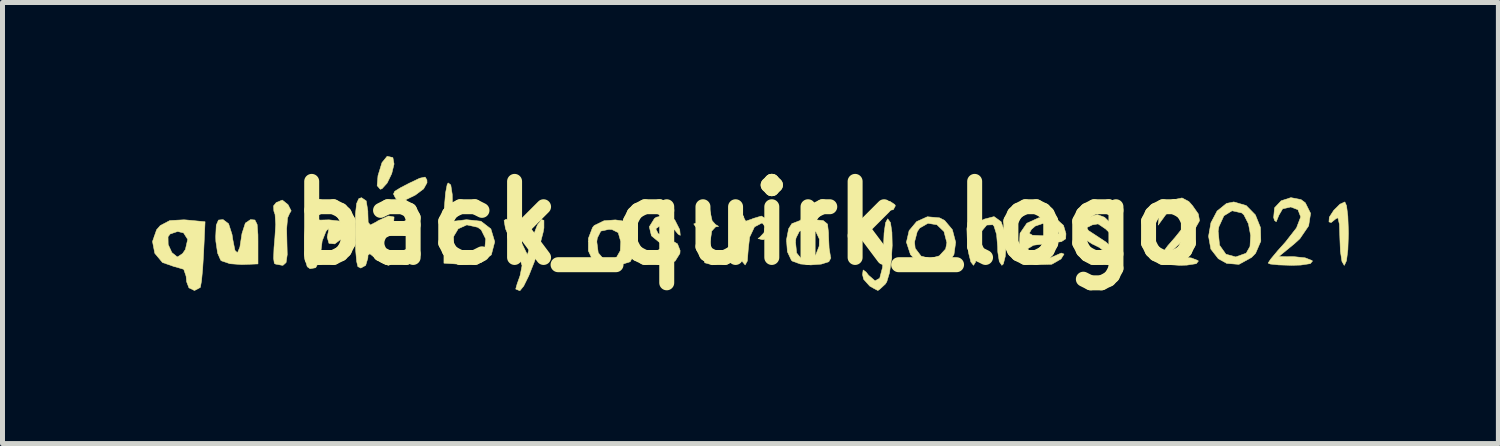
<source format=kicad_pcb>
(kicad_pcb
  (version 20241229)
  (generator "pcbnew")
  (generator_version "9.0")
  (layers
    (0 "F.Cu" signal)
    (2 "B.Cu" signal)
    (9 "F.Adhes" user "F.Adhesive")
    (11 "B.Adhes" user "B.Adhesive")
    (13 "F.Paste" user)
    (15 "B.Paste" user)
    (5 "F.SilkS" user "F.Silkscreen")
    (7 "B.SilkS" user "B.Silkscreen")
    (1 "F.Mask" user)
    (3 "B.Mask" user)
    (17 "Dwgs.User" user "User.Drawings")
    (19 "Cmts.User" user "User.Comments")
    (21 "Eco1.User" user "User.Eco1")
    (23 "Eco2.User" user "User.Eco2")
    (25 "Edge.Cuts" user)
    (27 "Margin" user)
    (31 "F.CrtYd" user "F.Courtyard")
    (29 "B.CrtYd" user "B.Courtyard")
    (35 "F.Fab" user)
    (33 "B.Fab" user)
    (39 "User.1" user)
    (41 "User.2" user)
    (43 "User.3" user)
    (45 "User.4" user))
  (footprint "back_quirk_logo"
    (layer "F.Cu")
    (at 11.939 1.418)
    (property "Reference" "back_quirk_logo" (at 0 0 0) (layer "F.SilkS") (effects (font (size 1.524 1.524) (thickness 0.3))))
    (attr through_hole)
    (fp_poly (pts (xy 2.936 -0.37) (xy 2.947 -0.345) (xy 2.906 -0.268) (xy 2.836 -0.254) (xy 2.731 -0.297) (xy 2.726 -0.345) (xy 2.813 -0.432) (xy 2.836 -0.436) (xy 2.936 -0.37)) (stroke (width 0.01) (type solid)) (fill yes) (layer "F.SilkS"))
    (fp_poly (pts (xy -7.123 -1.313) (xy -7.118 -1.308) (xy -7.095 -1.182) (xy -7.142 -0.99) (xy -7.233 -0.802) (xy -7.337 -0.687) (xy -7.372 -0.677) (xy -7.434 -0.749) (xy -7.417 -0.95) (xy -7.337 -1.21) (xy -7.234 -1.337) (xy -7.123 -1.313)) (stroke (width 0.01) (type solid)) (fill yes) (layer "F.SilkS"))
    (fp_poly (pts (xy -6.437 -0.864) (xy -6.435 -0.807) (xy -6.503 -0.685) (xy -6.67 -0.56) (xy -6.684 -0.553) (xy -6.885 -0.455) (xy -6.99 -0.433) (xy -7.052 -0.481) (xy -7.073 -0.514) (xy -7.107 -0.582) (xy -7.081 -0.637) (xy -6.959 -0.711) (xy -6.799 -0.794) (xy -6.581 -0.898) (xy -6.473 -0.921) (xy -6.437 -0.864)) (stroke (width 0.01) (type solid)) (fill yes) (layer "F.SilkS"))
    (fp_poly (pts (xy 11.985 -0.346) (xy 12.011 -0.14) (xy 12.022 0.152) (xy 12.023 0.212) (xy 12.012 0.532) (xy 11.984 0.755) (xy 11.942 0.846) (xy 11.938 0.847) (xy 11.893 0.769) (xy 11.862 0.566) (xy 11.852 0.318) (xy 11.842 0.024) (xy 11.813 -0.105) (xy 11.772 -0.087) (xy 11.678 -0.01) (xy 11.633 -0.023) (xy 11.64 -0.117) (xy 11.729 -0.255) (xy 11.853 -0.378) (xy 11.951 -0.423) (xy 11.985 -0.346)) (stroke (width 0.01) (type solid)) (fill yes) (layer "F.SilkS"))
    (fp_poly (pts (xy -9.219 -0.368) (xy -9.156 -0.244) (xy -9.186 -0.198) (xy -9.228 -0.104) (xy -9.247 0.115) (xy -9.242 0.338) (xy -9.235 0.632) (xy -9.258 0.791) (xy -9.318 0.845) (xy -9.334 0.847) (xy -9.469 0.822) (xy -9.494 0.807) (xy -9.508 0.707) (xy -9.5 0.493) (xy -9.483 0.299) (xy -9.466 0.029) (xy -9.479 -0.172) (xy -9.503 -0.24) (xy -9.509 -0.344) (xy -9.455 -0.411) (xy -9.334 -0.46) (xy -9.219 -0.368)) (stroke (width 0.01) (type solid)) (fill yes) (layer "F.SilkS"))
    (fp_poly (pts (xy 2.849 -0.009) (xy 2.878 0.185) (xy 2.884 0.449) (xy 2.867 0.735) (xy 2.83 0.994) (xy 2.775 1.177) (xy 2.746 1.222) (xy 2.635 1.325) (xy 2.597 1.352) (xy 2.522 1.313) (xy 2.434 1.263) (xy 2.312 1.127) (xy 2.289 1.033) (xy 2.302 0.94) (xy 2.36 0.982) (xy 2.41 1.046) (xy 2.54 1.158) (xy 2.633 1.106) (xy 2.69 0.89) (xy 2.709 0.511) (xy 2.709 0.503) (xy 2.721 0.201) (xy 2.751 -0.008) (xy 2.794 -0.085) (xy 2.849 -0.009)) (stroke (width 0.01) (type solid)) (fill yes) (layer "F.SilkS"))
    (fp_poly (pts (xy -9.883 -0.061) (xy -9.838 0.028) (xy -9.822 0.234) (xy -9.821 0.361) (xy -9.821 0.819) (xy -10.144 0.832) (xy -10.381 0.815) (xy -10.55 0.758) (xy -10.568 0.744) (xy -10.63 0.602) (xy -10.665 0.366) (xy -10.668 0.273) (xy -10.657 0.042) (xy -10.612 -0.06) (xy -10.52 -0.069) (xy -10.41 0.014) (xy -10.341 0.228) (xy -10.324 0.339) (xy -10.282 0.549) (xy -10.232 0.596) (xy -10.184 0.484) (xy -10.143 0.22) (xy -10.142 0.212) (xy -10.074 0.001) (xy -9.97 -0.069) (xy -9.883 -0.061)) (stroke (width 0.01) (type solid)) (fill yes) (layer "F.SilkS"))
    (fp_poly (pts (xy -8.694 -0.109) (xy -8.687 -0.099) (xy -8.581 -0.059) (xy -8.398 -0.064) (xy -8.188 -0.04) (xy -8.077 0.078) (xy -8.096 0.246) (xy -8.137 0.307) (xy -8.284 0.418) (xy -8.399 0.407) (xy -8.435 0.284) (xy -8.424 0.233) (xy -8.399 0.112) (xy -8.438 0.14) (xy -8.46 0.169) (xy -8.535 0.358) (xy -8.55 0.48) (xy -8.583 0.742) (xy -8.665 0.895) (xy -8.778 0.915) (xy -8.834 0.875) (xy -8.869 0.762) (xy -8.887 0.552) (xy -8.888 0.298) (xy -8.873 0.057) (xy -8.844 -0.117) (xy -8.81 -0.169) (xy -8.694 -0.109)) (stroke (width 0.01) (type solid)) (fill yes) (layer "F.SilkS"))
    (fp_poly (pts (xy -4.756 0.01) (xy -4.636 0.203) (xy -4.599 0.275) (xy -4.424 0.635) (xy -4.315 0.275) (xy -4.225 0.042) (xy -4.144 -0.07) (xy -4.093 -0.054) (xy -4.093 0.1) (xy -4.11 0.191) (xy -4.186 0.478) (xy -4.287 0.781) (xy -4.397 1.057) (xy -4.498 1.262) (xy -4.572 1.353) (xy -4.578 1.355) (xy -4.655 1.324) (xy -4.657 1.318) (xy -4.63 1.22) (xy -4.571 1.055) (xy -4.531 0.854) (xy -4.595 0.652) (xy -4.646 0.562) (xy -4.772 0.327) (xy -4.861 0.117) (xy -4.864 0.106) (xy -4.891 -0.052) (xy -4.848 -0.079) (xy -4.756 0.01)) (stroke (width 0.01) (type solid)) (fill yes) (layer "F.SilkS"))
    (fp_poly (pts (xy 5.065 -0.027) (xy 5.149 0.21) (xy 5.165 0.426) (xy 5.149 0.667) (xy 5.11 0.819) (xy 5.08 0.847) (xy 5.029 0.771) (xy 4.999 0.58) (xy 4.995 0.471) (xy 4.975 0.229) (xy 4.924 0.064) (xy 4.898 0.034) (xy 4.778 0.04) (xy 4.667 0.172) (xy 4.591 0.386) (xy 4.572 0.567) (xy 4.554 0.781) (xy 4.512 0.847) (xy 4.459 0.779) (xy 4.412 0.592) (xy 4.389 0.382) (xy 4.38 0.114) (xy 4.401 -0.019) (xy 4.46 -0.05) (xy 4.487 -0.043) (xy 4.667 -0.05) (xy 4.737 -0.081) (xy 4.924 -0.129) (xy 5.065 -0.027)) (stroke (width 0.01) (type solid)) (fill yes) (layer "F.SilkS"))
    (fp_poly (pts (xy -0.782 -0.351) (xy -0.762 -0.219) (xy -0.723 -0.045) (xy -0.656 0.029) (xy -0.594 0.067) (xy -0.656 0.078) (xy -0.731 0.16) (xy -0.762 0.368) (xy -0.762 0.387) (xy -0.75 0.584) (xy -0.697 0.651) (xy -0.583 0.632) (xy -0.451 0.615) (xy -0.441 0.69) (xy -0.549 0.793) (xy -0.723 0.837) (xy -0.868 0.797) (xy -0.871 0.794) (xy -0.914 0.674) (xy -0.931 0.47) (xy -0.931 0.468) (xy -0.962 0.248) (xy -1.033 0.102) (xy -1.092 0.018) (xy -1.033 0) (xy -0.957 -0.072) (xy -0.931 -0.212) (xy -0.902 -0.371) (xy -0.847 -0.423) (xy -0.782 -0.351)) (stroke (width 0.01) (type solid)) (fill yes) (layer "F.SilkS"))
    (fp_poly (pts (xy -0.085 -0.099) (xy -0.05 -0.037) (xy 0.079 -0.082) (xy 0.095 -0.09) (xy 0.263 -0.14) (xy 0.402 -0.057) (xy 0.402 -0.057) (xy 0.485 0.107) (xy 0.447 0.258) (xy 0.307 0.332) (xy 0.278 0.332) (xy 0.196 0.31) (xy 0.233 0.283) (xy 0.316 0.193) (xy 0.337 0.072) (xy 0.283 0.001) (xy 0.271 0) (xy 0.125 0.077) (xy 0.028 0.282) (xy 0 0.525) (xy -0.018 0.76) (xy -0.062 0.839) (xy -0.118 0.773) (xy -0.17 0.571) (xy -0.193 0.402) (xy -0.204 0.136) (xy -0.186 -0.061) (xy -0.161 -0.123) (xy -0.094 -0.145) (xy -0.085 -0.099)) (stroke (width 0.01) (type solid)) (fill yes) (layer "F.SilkS"))
    (fp_poly (pts (xy 3.833 -0.104) (xy 3.934 -0.052) (xy 4.089 0.133) (xy 4.155 0.385) (xy 4.121 0.63) (xy 4.047 0.745) (xy 3.842 0.845) (xy 3.586 0.838) (xy 3.351 0.736) (xy 3.25 0.632) (xy 3.169 0.385) (xy 3.17 0.379) (xy 3.331 0.379) (xy 3.344 0.506) (xy 3.462 0.662) (xy 3.642 0.709) (xy 3.826 0.658) (xy 3.954 0.519) (xy 3.979 0.395) (xy 3.921 0.17) (xy 3.779 0.034) (xy 3.6 0.005) (xy 3.434 0.1) (xy 3.385 0.173) (xy 3.331 0.379) (xy 3.17 0.379) (xy 3.222 0.153) (xy 3.373 -0.029) (xy 3.588 -0.126) (xy 3.833 -0.104)) (stroke (width 0.01) (type solid)) (fill yes) (layer "F.SilkS"))
    (fp_poly (pts (xy 9.976 -0.35) (xy 10.159 -0.163) (xy 10.261 0.09) (xy 10.268 0.363) (xy 10.163 0.606) (xy 10.083 0.688) (xy 9.829 0.828) (xy 9.584 0.808) (xy 9.417 0.715) (xy 9.267 0.522) (xy 9.221 0.266) (xy 9.239 0.162) (xy 9.413 0.162) (xy 9.441 0.444) (xy 9.568 0.624) (xy 9.765 0.679) (xy 9.975 0.604) (xy 10.051 0.469) (xy 10.064 0.249) (xy 10.02 0.015) (xy 9.929 -0.164) (xy 9.885 -0.203) (xy 9.692 -0.246) (xy 9.528 -0.145) (xy 9.427 0.076) (xy 9.413 0.162) (xy 9.239 0.162) (xy 9.268 -0.005) (xy 9.392 -0.241) (xy 9.581 -0.393) (xy 9.727 -0.423) (xy 9.976 -0.35)) (stroke (width 0.01) (type solid)) (fill yes) (layer "F.SilkS"))
    (fp_poly (pts (xy 11.073 -0.47) (xy 11.159 -0.406) (xy 11.265 -0.194) (xy 11.226 0.056) (xy 11.049 0.315) (xy 10.943 0.412) (xy 10.626 0.672) (xy 10.938 0.674) (xy 11.156 0.697) (xy 11.292 0.75) (xy 11.303 0.762) (xy 11.259 0.813) (xy 11.067 0.842) (xy 10.885 0.847) (xy 10.628 0.839) (xy 10.457 0.821) (xy 10.414 0.802) (xy 10.467 0.722) (xy 10.604 0.557) (xy 10.76 0.383) (xy 10.983 0.097) (xy 11.067 -0.123) (xy 11.012 -0.267) (xy 10.869 -0.322) (xy 10.704 -0.284) (xy 10.628 -0.153) (xy 10.577 -0.026) (xy 10.542 -0.053) (xy 10.525 -0.11) (xy 10.543 -0.305) (xy 10.675 -0.446) (xy 10.87 -0.509) (xy 11.073 -0.47)) (stroke (width 0.01) (type solid)) (fill yes) (layer "F.SilkS"))
    (fp_poly (pts (xy -7.653 -0.444) (xy -7.62 -0.24) (xy -7.62 -0.21) (xy -7.614 -0.015) (xy -7.571 0.039) (xy -7.455 -0.02) (xy -7.412 -0.048) (xy -7.207 -0.142) (xy -7.095 -0.121) (xy -7.103 -0.015) (xy -7.246 0.144) (xy -7.493 0.345) (xy -7.303 0.504) (xy -7.154 0.664) (xy -7.117 0.791) (xy -7.199 0.846) (xy -7.211 0.847) (xy -7.346 0.794) (xy -7.465 0.707) (xy -7.58 0.615) (xy -7.617 0.643) (xy -7.62 0.702) (xy -7.664 0.848) (xy -7.762 0.902) (xy -7.82 0.873) (xy -7.845 0.768) (xy -7.865 0.539) (xy -7.874 0.23) (xy -7.874 0.155) (xy -7.868 -0.188) (xy -7.845 -0.393) (xy -7.801 -0.489) (xy -7.747 -0.508) (xy -7.653 -0.444)) (stroke (width 0.01) (type solid)) (fill yes) (layer "F.SilkS"))
    (fp_poly (pts (xy 8.825 -0.432) (xy 8.899 -0.349) (xy 9.016 -0.182) (xy 9.04 -0.047) (xy 8.958 0.1) (xy 8.76 0.302) (xy 8.707 0.352) (xy 8.354 0.677) (xy 8.659 0.677) (xy 8.875 0.699) (xy 9.008 0.751) (xy 9.017 0.762) (xy 8.975 0.814) (xy 8.786 0.843) (xy 8.641 0.847) (xy 8.37 0.829) (xy 8.228 0.779) (xy 8.213 0.75) (xy 8.266 0.64) (xy 8.405 0.454) (xy 8.55 0.288) (xy 8.751 0.037) (xy 8.84 -0.149) (xy 8.837 -0.208) (xy 8.723 -0.323) (xy 8.553 -0.314) (xy 8.379 -0.186) (xy 8.349 -0.148) (xy 8.211 0.042) (xy 8.233 -0.168) (xy 8.324 -0.363) (xy 8.497 -0.462) (xy 8.689 -0.503) (xy 8.825 -0.432)) (stroke (width 0.01) (type solid)) (fill yes) (layer "F.SilkS"))
    (fp_poly (pts (xy -5.959 -0.763) (xy -5.93 -0.576) (xy -5.927 -0.445) (xy -5.927 -0.034) (xy -5.644 -0.067) (xy -5.354 -0.036) (xy -5.156 0.117) (xy -5.08 0.37) (xy -5.08 0.381) (xy -5.147 0.637) (xy -5.345 0.787) (xy -5.671 0.831) (xy -5.724 0.828) (xy -6.096 0.804) (xy -6.096 0.275) (xy -5.906 0.275) (xy -5.895 0.474) (xy -5.794 0.629) (xy -5.667 0.739) (xy -5.559 0.744) (xy -5.413 0.674) (xy -5.279 0.522) (xy -5.259 0.318) (xy -5.35 0.135) (xy -5.419 0.085) (xy -5.638 0.037) (xy -5.81 0.115) (xy -5.906 0.275) (xy -6.096 0.275) (xy -6.096 0.026) (xy -6.087 -0.321) (xy -6.064 -0.601) (xy -6.031 -0.772) (xy -6.011 -0.804) (xy -5.959 -0.763)) (stroke (width 0.01) (type solid)) (fill yes) (layer "F.SilkS"))
    (fp_poly (pts (xy -1.472 -0.063) (xy -1.374 0.13) (xy -1.372 0.136) (xy -1.362 0.247) (xy -1.404 0.223) (xy -1.474 0.138) (xy -1.625 0.03) (xy -1.732 0.029) (xy -1.852 0.115) (xy -1.805 0.212) (xy -1.602 0.315) (xy -1.418 0.416) (xy -1.365 0.551) (xy -1.369 0.609) (xy -1.465 0.762) (xy -1.661 0.833) (xy -1.899 0.803) (xy -1.926 0.792) (xy -2.023 0.679) (xy -2.032 0.626) (xy -2.011 0.552) (xy -1.92 0.58) (xy -1.835 0.633) (xy -1.648 0.711) (xy -1.54 0.661) (xy -1.524 0.583) (xy -1.592 0.504) (xy -1.756 0.406) (xy -1.757 0.406) (xy -1.939 0.256) (xy -1.982 0.075) (xy -1.879 -0.091) (xy -1.841 -0.117) (xy -1.648 -0.156) (xy -1.472 -0.063)) (stroke (width 0.01) (type solid)) (fill yes) (layer "F.SilkS"))
    (fp_poly (pts (xy 1.297 -0.069) (xy 1.501 -0.05) (xy 1.588 0.021) (xy 1.608 0.196) (xy 1.609 0.261) (xy 1.62 0.503) (xy 1.649 0.683) (xy 1.655 0.699) (xy 1.614 0.775) (xy 1.462 0.823) (xy 1.253 0.839) (xy 1.042 0.82) (xy 0.885 0.763) (xy 0.864 0.745) (xy 0.784 0.574) (xy 0.769 0.372) (xy 0.946 0.372) (xy 0.969 0.6) (xy 1.075 0.73) (xy 1.226 0.736) (xy 1.351 0.64) (xy 1.421 0.462) (xy 1.425 0.322) (xy 1.353 0.168) (xy 1.185 0.127) (xy 1.026 0.162) (xy 0.957 0.299) (xy 0.946 0.372) (xy 0.769 0.372) (xy 0.766 0.335) (xy 0.809 0.114) (xy 0.874 0.012) (xy 1.029 -0.047) (xy 1.263 -0.07) (xy 1.297 -0.069)) (stroke (width 0.01) (type solid)) (fill yes) (layer "F.SilkS"))
    (fp_poly (pts (xy 7.138 -0.115) (xy 7.267 0.008) (xy 7.326 0.139) (xy 7.316 0.181) (xy 7.235 0.192) (xy 7.158 0.118) (xy 7.008 0.017) (xy 6.891 0.037) (xy 6.779 0.093) (xy 6.814 0.15) (xy 6.889 0.199) (xy 7.166 0.381) (xy 7.308 0.515) (xy 7.337 0.624) (xy 7.289 0.71) (xy 7.1 0.826) (xy 6.869 0.831) (xy 6.706 0.745) (xy 6.608 0.61) (xy 6.639 0.558) (xy 6.777 0.62) (xy 6.783 0.624) (xy 6.946 0.695) (xy 7.091 0.699) (xy 7.162 0.642) (xy 7.146 0.579) (xy 7.034 0.489) (xy 6.89 0.419) (xy 6.689 0.29) (xy 6.623 0.127) (xy 6.705 -0.032) (xy 6.733 -0.055) (xy 6.902 -0.147) (xy 6.995 -0.169) (xy 7.138 -0.115)) (stroke (width 0.01) (type solid)) (fill yes) (layer "F.SilkS"))
    (fp_poly (pts (xy -11.249 -0.061) (xy -10.881 -0.026) (xy -10.91 0.601) (xy -10.929 0.913) (xy -10.952 1.157) (xy -10.975 1.286) (xy -10.978 1.291) (xy -11.093 1.352) (xy -11.204 1.298) (xy -11.251 1.175) (xy -11.261 1.065) (xy -11.308 0.927) (xy -11.476 0.877) (xy -11.489 0.876) (xy -11.734 0.791) (xy -11.888 0.606) (xy -11.934 0.37) (xy -11.901 0.275) (xy -11.623 0.275) (xy -11.62 0.43) (xy -11.546 0.592) (xy -11.442 0.676) (xy -11.43 0.677) (xy -11.331 0.611) (xy -11.275 0.529) (xy -11.229 0.327) (xy -11.312 0.197) (xy -11.43 0.169) (xy -11.58 0.219) (xy -11.623 0.275) (xy -11.901 0.275) (xy -11.852 0.134) (xy -11.778 0.05) (xy -11.587 -0.05) (xy -11.303 -0.065) (xy -11.249 -0.061)) (stroke (width 0.01) (type solid)) (fill yes) (layer "F.SilkS"))
    (fp_poly (pts (xy -2.469 -0.036) (xy -2.388 0.046) (xy -2.371 0.235) (xy -2.371 0.268) (xy -2.359 0.509) (xy -2.329 0.686) (xy -2.325 0.699) (xy -2.365 0.775) (xy -2.517 0.823) (xy -2.727 0.839) (xy -2.937 0.82) (xy -3.094 0.763) (xy -3.116 0.745) (xy -3.203 0.556) (xy -3.203 0.372) (xy -3.034 0.372) (xy -3.005 0.596) (xy -2.886 0.737) (xy -2.794 0.759) (xy -2.694 0.72) (xy -2.639 0.688) (xy -2.564 0.556) (xy -2.554 0.372) (xy -2.605 0.192) (xy -2.731 0.13) (xy -2.794 0.127) (xy -2.954 0.162) (xy -3.023 0.299) (xy -3.034 0.372) (xy -3.203 0.372) (xy -3.203 0.309) (xy -3.119 0.09) (xy -3.085 0.049) (xy -2.889 -0.046) (xy -2.662 -0.063) (xy -2.469 -0.036)) (stroke (width 0.01) (type solid)) (fill yes) (layer "F.SilkS"))
    (fp_poly (pts (xy 6.175 -0.078) (xy 6.315 0.047) (xy 6.364 0.212) (xy 6.359 0.316) (xy 6.273 0.373) (xy 6.066 0.401) (xy 5.99 0.407) (xy 5.713 0.445) (xy 5.599 0.513) (xy 5.651 0.609) (xy 5.757 0.677) (xy 5.979 0.721) (xy 6.09 0.68) (xy 6.271 0.601) (xy 6.326 0.622) (xy 6.265 0.72) (xy 6.08 0.826) (xy 5.837 0.833) (xy 5.614 0.742) (xy 5.559 0.692) (xy 5.431 0.448) (xy 5.444 0.206) (xy 5.629 0.206) (xy 5.692 0.244) (xy 5.891 0.254) (xy 5.927 0.254) (xy 6.145 0.246) (xy 6.223 0.213) (xy 6.191 0.14) (xy 6.181 0.127) (xy 6.019 0.019) (xy 5.927 0) (xy 5.749 0.061) (xy 5.673 0.127) (xy 5.629 0.206) (xy 5.444 0.206) (xy 5.445 0.204) (xy 5.581 0.004) (xy 5.819 -0.105) (xy 5.918 -0.113) (xy 6.175 -0.078)) (stroke (width 0.01) (type solid)) (fill yes) (layer "F.SilkS")))
  (gr_rect
    (start -3 -3)
    (end 26.966 5.836)
    (stroke (width 0.1) (type default))
    (fill no)
    (layer "Edge.Cuts")))
</source>
